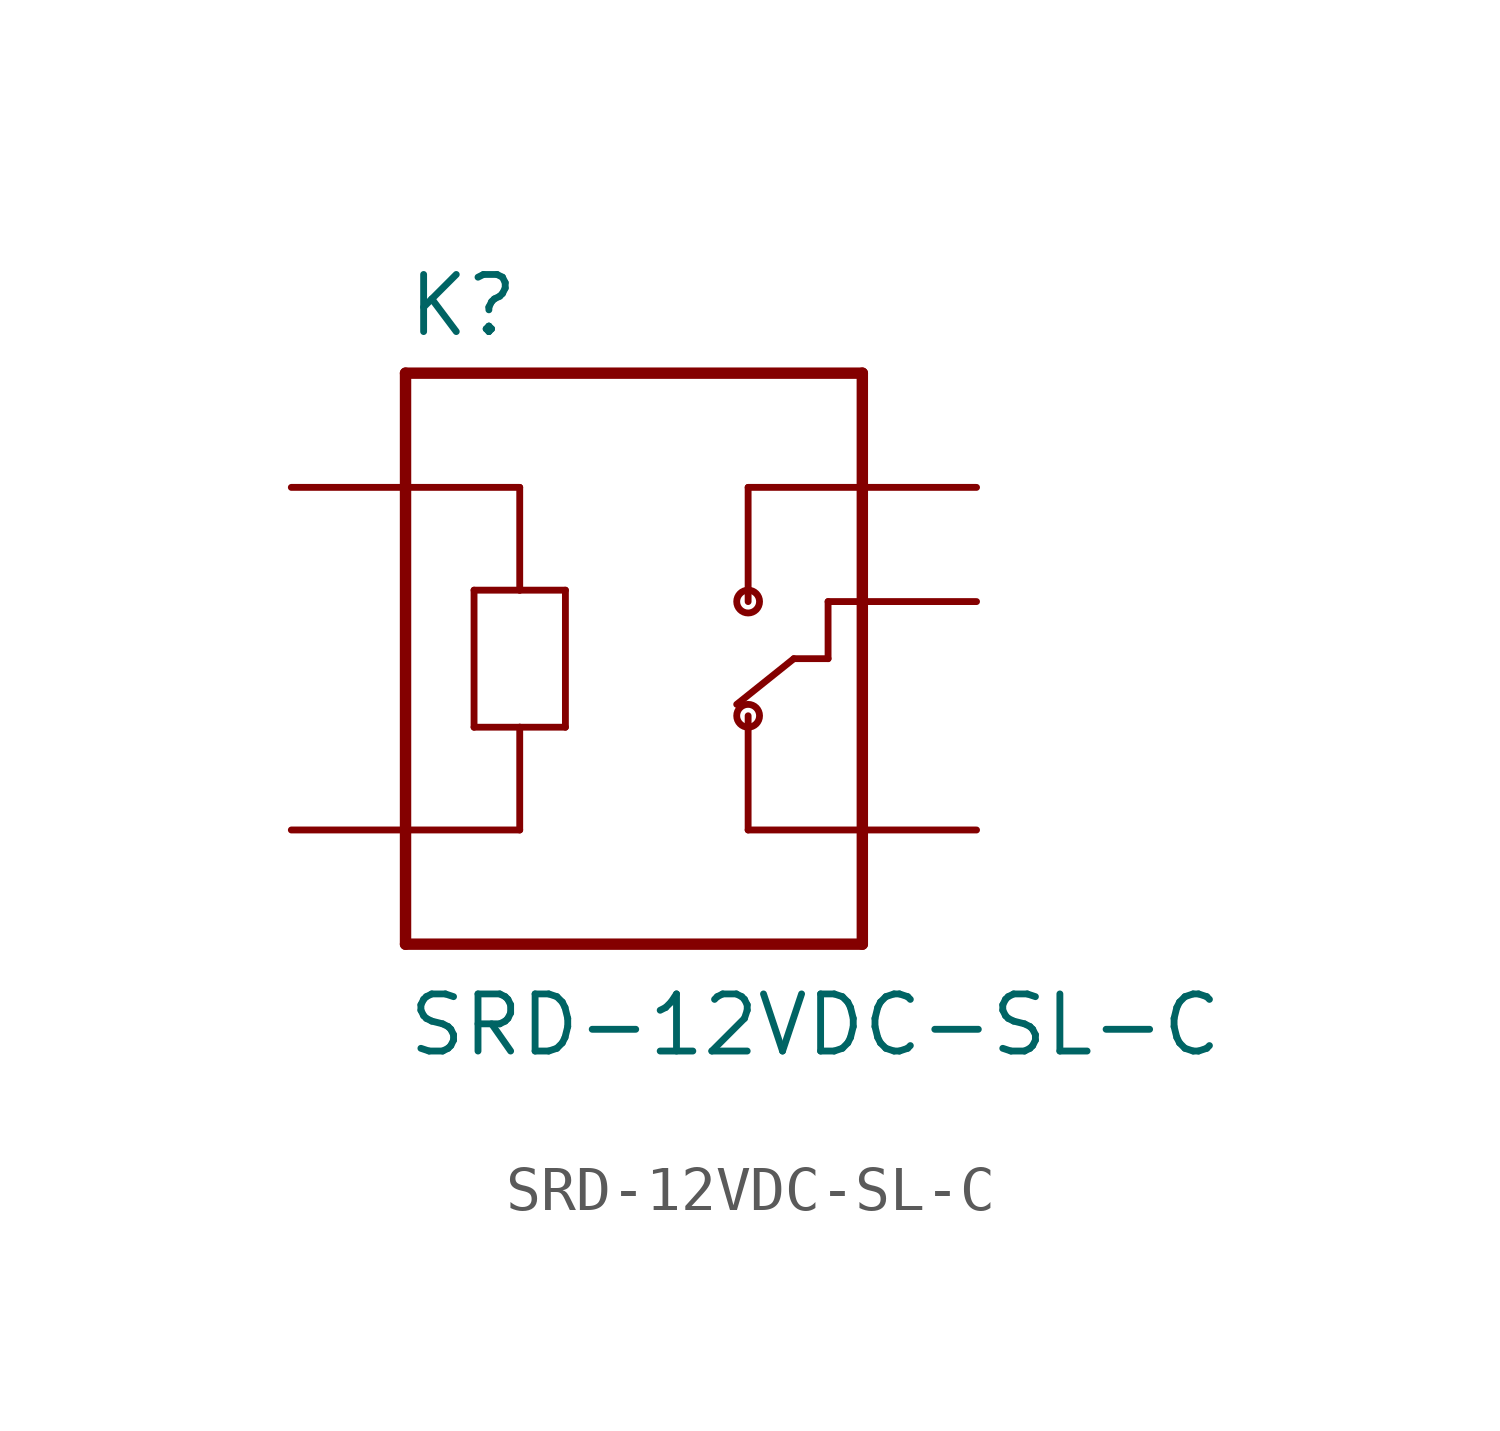
<source format=kicad_sym>
(kicad_symbol_lib
  (version 20211014)
  (generator kicad_symbol_editor)
  (symbol "SRD-12VDC-SL-C"
    (pin_numbers hide)
    (pin_names
      (offset 1.016) hide)
    (property "Reference" "K"
      (at -5.08 5.842 0)
      (effects (font (size 1.27 1.27)) (justify left bottom)))
    (property "Value" "SRD-12VDC-SL-C"
      (at -5.08 -10.16 0)
      (effects (font (size 1.27 1.27)) (justify left bottom)))
    (symbol "SRD-12VDC-SL-C_0_0"
      (polyline (pts (xy -5.08 -7.62) (xy -5.08 5.08)) (stroke (width 0.254) (type default) (color 0 0 0 0)) (fill (type none)))
      (polyline (pts (xy -5.08 2.54) (xy -2.54 2.54)) (stroke (width 0.152) (type default) (color 0 0 0 0)) (fill (type none)))
      (polyline (pts (xy -5.08 5.08) (xy 5.08 5.08)) (stroke (width 0.254) (type default) (color 0 0 0 0)) (fill (type none)))
      (polyline (pts (xy -3.556 -2.794) (xy -2.54 -2.794)) (stroke (width 0.152) (type default) (color 0 0 0 0)) (fill (type none)))
      (polyline (pts (xy -3.556 0.254) (xy -3.556 -2.794)) (stroke (width 0.152) (type default) (color 0 0 0 0)) (fill (type none)))
      (polyline (pts (xy -2.54 -5.08) (xy -5.08 -5.08)) (stroke (width 0.152) (type default) (color 0 0 0 0)) (fill (type none)))
      (polyline (pts (xy -2.54 -2.794) (xy -2.54 -5.08)) (stroke (width 0.152) (type default) (color 0 0 0 0)) (fill (type none)))
      (polyline (pts (xy -2.54 -2.794) (xy -1.524 -2.794)) (stroke (width 0.152) (type default) (color 0 0 0 0)) (fill (type none)))
      (polyline (pts (xy -2.54 0.254) (xy -3.556 0.254)) (stroke (width 0.152) (type default) (color 0 0 0 0)) (fill (type none)))
      (polyline (pts (xy -2.54 2.54) (xy -2.54 0.254)) (stroke (width 0.152) (type default) (color 0 0 0 0)) (fill (type none)))
      (polyline (pts (xy -1.524 -2.794) (xy -1.524 0.254)) (stroke (width 0.152) (type default) (color 0 0 0 0)) (fill (type none)))
      (polyline (pts (xy -1.524 0.254) (xy -2.54 0.254)) (stroke (width 0.152) (type default) (color 0 0 0 0)) (fill (type none)))
      (polyline (pts (xy 2.54 -5.08) (xy 5.08 -5.08)) (stroke (width 0.152) (type default) (color 0 0 0 0)) (fill (type none)))
      (polyline (pts (xy 2.54 -2.54) (xy 2.54 -5.08)) (stroke (width 0.152) (type default) (color 0 0 0 0)) (fill (type none)))
      (polyline (pts (xy 2.54 2.54) (xy 2.54 0)) (stroke (width 0.152) (type default) (color 0 0 0 0)) (fill (type none)))
      (polyline (pts (xy 3.556 -1.27) (xy 2.286 -2.286)) (stroke (width 0.152) (type default) (color 0 0 0 0)) (fill (type none)))
      (polyline (pts (xy 3.556 -1.27) (xy 4.318 -1.27)) (stroke (width 0.152) (type default) (color 0 0 0 0)) (fill (type none)))
      (polyline (pts (xy 4.318 -1.27) (xy 4.318 0)) (stroke (width 0.152) (type default) (color 0 0 0 0)) (fill (type none)))
      (polyline (pts (xy 4.318 0) (xy 5.08 0)) (stroke (width 0.152) (type default) (color 0 0 0 0)) (fill (type none)))
      (polyline (pts (xy 5.08 -7.62) (xy -5.08 -7.62)) (stroke (width 0.254) (type default) (color 0 0 0 0)) (fill (type none)))
      (polyline (pts (xy 5.08 0) (xy 5.08 -7.62)) (stroke (width 0.254) (type default) (color 0 0 0 0)) (fill (type none)))
      (polyline (pts (xy 5.08 2.54) (xy 2.54 2.54)) (stroke (width 0.152) (type default) (color 0 0 0 0)) (fill (type none)))
      (polyline (pts (xy 5.08 5.08) (xy 5.08 0)) (stroke (width 0.254) (type default) (color 0 0 0 0)) (fill (type none)))
      (circle (center 2.54 -2.54) (radius 0.254) (stroke (width 0.152) (type default) (color 0 0 0 0)) (fill (type none)))
      (circle (center 2.54 0) (radius 0.254) (stroke (width 0.152) (type default) (color 0 0 0 0)) (fill (type none)))
      (pin passive line (at -7.62 2.54 0) (length 2.54) (name "~" (effects (font (size 1.016 1.016)))) (number "A1" (effects (font (size 1.016 1.016)))))
      (pin passive line (at -7.62 -5.08 0) (length 2.54) (name "~" (effects (font (size 1.016 1.016)))) (number "A2" (effects (font (size 1.016 1.016)))))
      (pin passive line (at 7.62 0 180) (length 2.54) (name "~" (effects (font (size 1.016 1.016)))) (number "COM" (effects (font (size 1.016 1.016)))))
      (pin passive line (at 7.62 -5.08 180) (length 2.54) (name "~" (effects (font (size 1.016 1.016)))) (number "NC" (effects (font (size 1.016 1.016)))))
      (pin passive line (at 7.62 2.54 180) (length 2.54) (name "~" (effects (font (size 1.016 1.016)))) (number "NO" (effects (font (size 1.016 1.016))))))))
</source>
